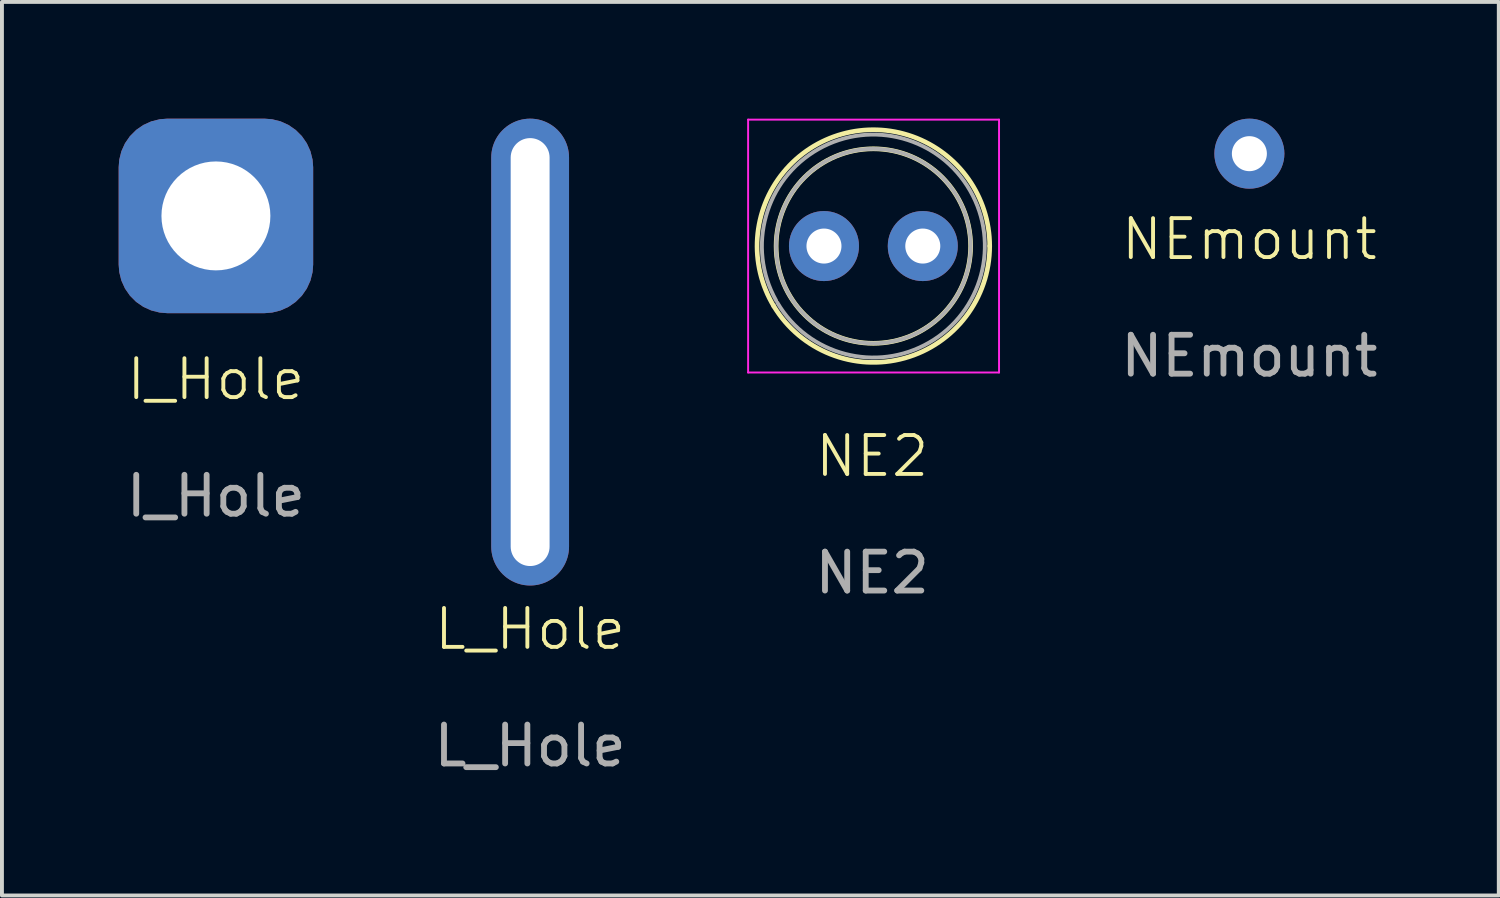
<source format=kicad_pcb>
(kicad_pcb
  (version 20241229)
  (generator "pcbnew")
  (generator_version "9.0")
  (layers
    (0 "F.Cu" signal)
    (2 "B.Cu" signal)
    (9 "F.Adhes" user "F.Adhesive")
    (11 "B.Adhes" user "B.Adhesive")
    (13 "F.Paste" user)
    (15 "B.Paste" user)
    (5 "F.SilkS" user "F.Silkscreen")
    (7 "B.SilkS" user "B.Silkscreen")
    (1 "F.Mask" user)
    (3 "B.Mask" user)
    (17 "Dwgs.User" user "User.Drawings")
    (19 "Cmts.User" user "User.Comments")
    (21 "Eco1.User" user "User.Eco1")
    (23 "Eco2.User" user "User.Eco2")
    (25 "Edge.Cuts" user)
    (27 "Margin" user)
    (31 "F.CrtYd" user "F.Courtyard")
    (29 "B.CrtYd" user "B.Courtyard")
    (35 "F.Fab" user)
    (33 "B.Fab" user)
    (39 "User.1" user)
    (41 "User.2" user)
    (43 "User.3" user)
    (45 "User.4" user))
  (footprint "NEmount"
    (layer "F.Cu")
    (at 29.065 3.6)
    (property "Reference" "NEmount" (at 0 -0.5 0) (unlocked yes) (layer "F.SilkS") (effects (font (size 1 1) (thickness 0.1))))
    (attr smd)
    (fp_text user "${REFERENCE}" (at 0 2.5 0) (unlocked yes) (layer "F.Fab") (effects (font (size 1 1) (thickness 0.15))))
    (pad "1" thru_hole circle (at 0 -2.7) (size 1.8 1.8) (drill 0.9) (layers "*.Cu" "*.Mask")))
  (footprint "NE2"
    (layer "F.Cu")
    (at 19.37 9.175)
    (property "Reference" "NE2" (at 0 -0.5 0) (unlocked yes) (layer "F.SilkS") (effects (font (size 1 1) (thickness 0.1))))
    (attr through_hole)
    (fp_arc (start -2.529999 -4.35517) (mid -0.771556 -8.780556) (end 3.019999 -5.899537) (stroke (width 0.12) (type solid)) (layer "F.SilkS"))
    (fp_arc (start 3.02 -5.900462) (mid 0.832002 -3.019567) (end -2.53 -4.35517) (stroke (width 0.12) (type solid)) (layer "F.SilkS"))
    (fp_circle (center 0.03 -5.9) (end 2.53 -5.9) (stroke (width 0.12) (type solid)) (fill no) (layer "F.SilkS"))
    (fp_line (start -3.19 -9.15) (end -3.19 -2.65) (stroke (width 0.05) (type solid)) (layer "F.CrtYd"))
    (fp_line (start -3.19 -2.65) (end 3.26 -2.65) (stroke (width 0.05) (type solid)) (layer "F.CrtYd"))
    (fp_line (start 3.26 -9.15) (end -3.19 -9.15) (stroke (width 0.05) (type solid)) (layer "F.CrtYd"))
    (fp_line (start 3.26 -2.65) (end 3.26 -9.15) (stroke (width 0.05) (type solid)) (layer "F.CrtYd"))
    (fp_arc (start -2.469998 -4.5) (mid 2.515187 -7.326126) (end -2.440103 -4.447905) (stroke (width 0.1) (type solid)) (layer "F.Fab"))
    (fp_circle (center 0.03 -5.9) (end 2.53 -5.9) (stroke (width 0.1) (type solid)) (fill no) (layer "F.Fab"))
    (fp_text user "${REFERENCE}" (at 0 2.5 0) (unlocked yes) (layer "F.Fab") (effects (font (size 1 1) (thickness 0.15))))
    (pad "1" thru_hole circle (at -1.24 -5.9) (size 1.8 1.8) (drill 0.9) (layers "*.Cu" "*.Mask"))
    (pad "2" thru_hole circle (at 1.3 -5.9) (size 1.8 1.8) (drill 0.9) (layers "*.Cu" "*.Mask")))
  (footprint "L_Hole"
    (layer "F.Cu")
    (at 10.577 13.62)
    (property "Reference" "L_Hole" (at 0 -0.5 0) (unlocked yes) (layer "F.SilkS") (effects (font (size 1 1) (thickness 0.1))))
    (attr through_hole)
    (fp_text user "${REFERENCE}" (at 0 2.5 0) (unlocked yes) (layer "F.Fab") (effects (font (size 1 1) (thickness 0.15))))
    (pad "1" thru_hole oval (at 0 -7.62) (size 2 12) (drill oval 1 11) (layers "*.Cu" "*.Mask")))
  (footprint "I_Hole"
    (layer "F.Cu")
    (at 2.5 7.2)
    (property "Reference" "I_Hole" (at 0 -0.5 0) (unlocked yes) (layer "F.SilkS") (effects (font (size 1 1) (thickness 0.1))))
    (attr through_hole)
    (fp_text user "${REFERENCE}" (at 0 2.5 0) (unlocked yes) (layer "F.Fab") (effects (font (size 1 1) (thickness 0.15))))
    (pad "1" thru_hole roundrect (at 0 -4.7) (size 5 5) (drill 2.8) (layers "*.Cu" "*.Mask") (roundrect_rratio 0.25)))
  (gr_rect
    (start -3 -3)
    (end 35.476 19.968)
    (stroke (width 0.1) (type default))
    (fill no)
    (layer "Edge.Cuts")))
</source>
